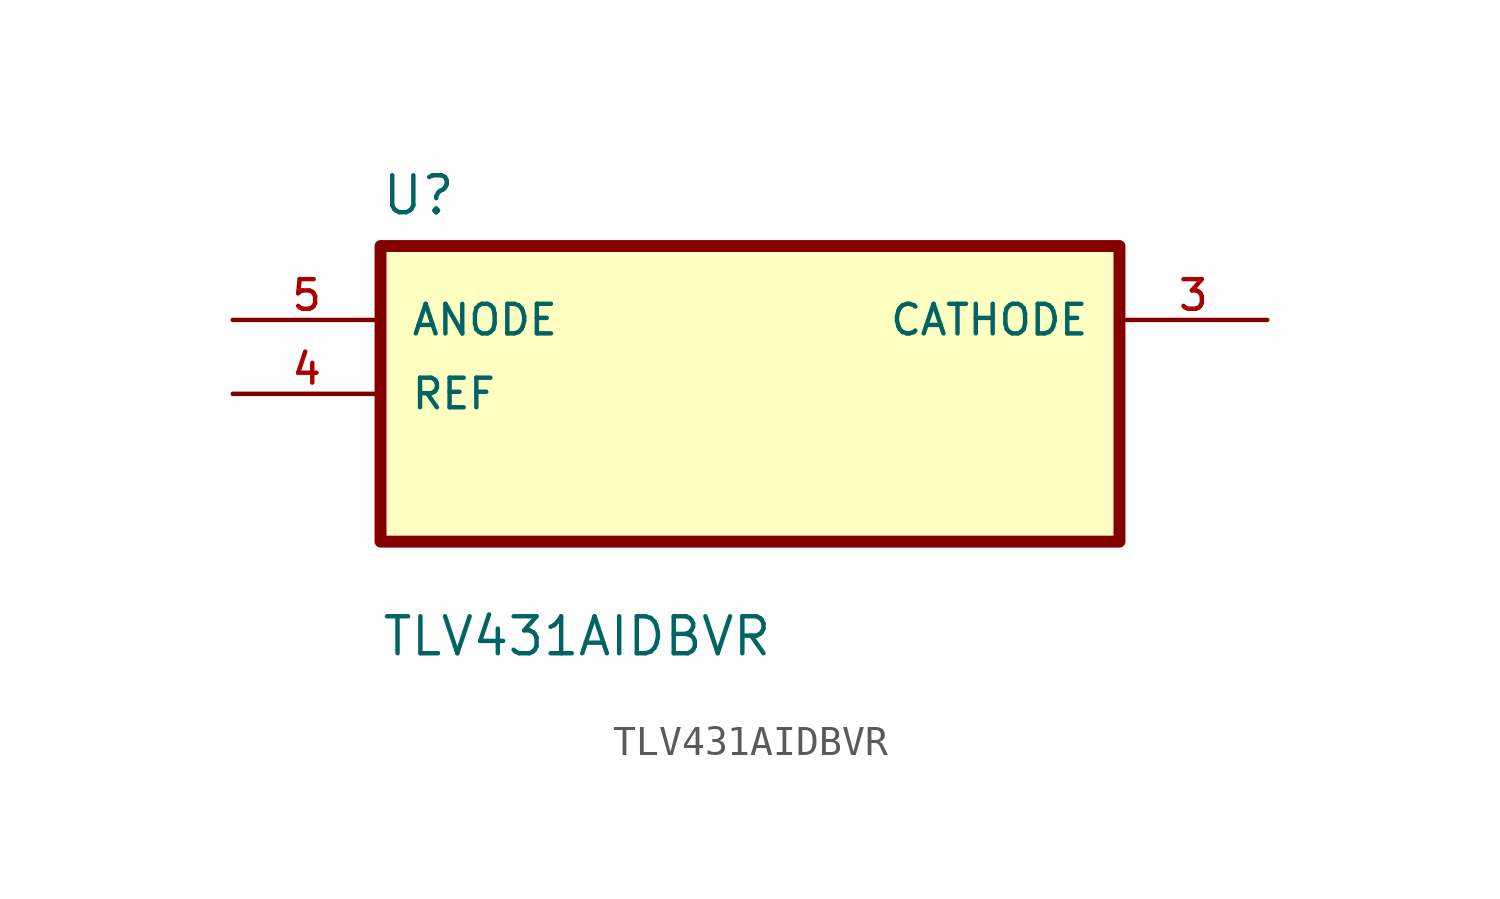
<source format=kicad_sym>
(kicad_symbol_lib
  (version 20211014)
  (generator kicad_symbol_editor)
  (symbol "TLV431AIDBVR"
    (pin_names
      (offset 1.016))
    (property "Reference" "U"
      (at -12.7 6.08 0.0)
      (effects (font (size 1.27 1.27)) (justify bottom left)))
    (property "Value" "TLV431AIDBVR"
      (at -12.7 -9.08 0.0)
      (effects (font (size 1.27 1.27)) (justify bottom left)))
    (symbol "TLV431AIDBVR_0_0"
      (rectangle (start -12.7 -5.08) (end 12.7 5.08) (stroke (width 0.41)) (fill (type background)))
      (pin input line (at -17.78 2.54 0) (length 5.08) (name "ANODE" (effects (font (size 1.016 1.016)))) (number "5" (effects (font (size 1.016 1.016)))))
      (pin input line (at -17.78 0.0 0) (length 5.08) (name "REF" (effects (font (size 1.016 1.016)))) (number "4" (effects (font (size 1.016 1.016)))))
      (pin output line (at 17.78 2.54 180.0) (length 5.08) (name "CATHODE" (effects (font (size 1.016 1.016)))) (number "3" (effects (font (size 1.016 1.016))))))))
</source>
